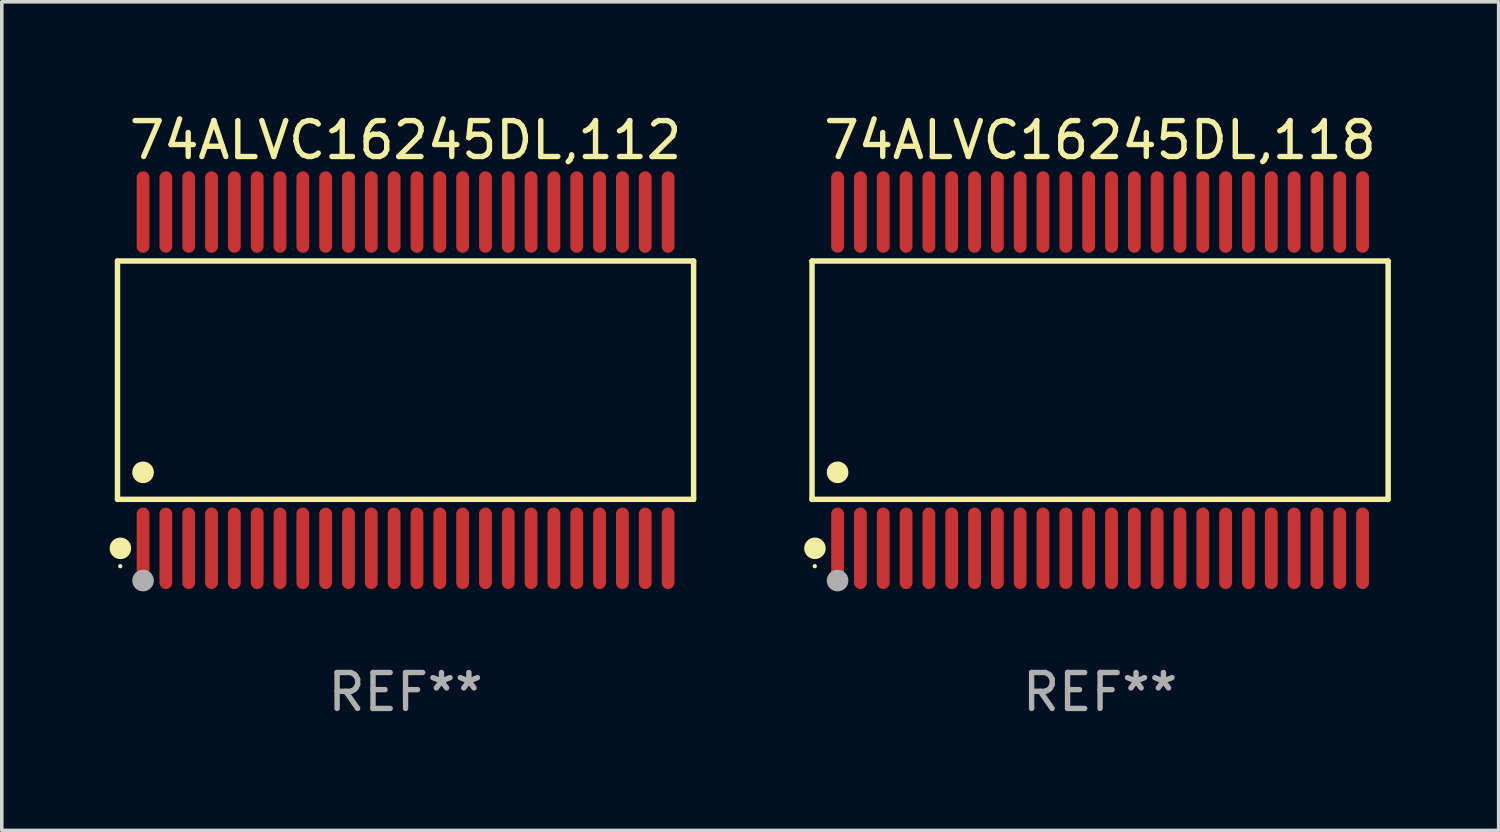
<source format=kicad_pcb>
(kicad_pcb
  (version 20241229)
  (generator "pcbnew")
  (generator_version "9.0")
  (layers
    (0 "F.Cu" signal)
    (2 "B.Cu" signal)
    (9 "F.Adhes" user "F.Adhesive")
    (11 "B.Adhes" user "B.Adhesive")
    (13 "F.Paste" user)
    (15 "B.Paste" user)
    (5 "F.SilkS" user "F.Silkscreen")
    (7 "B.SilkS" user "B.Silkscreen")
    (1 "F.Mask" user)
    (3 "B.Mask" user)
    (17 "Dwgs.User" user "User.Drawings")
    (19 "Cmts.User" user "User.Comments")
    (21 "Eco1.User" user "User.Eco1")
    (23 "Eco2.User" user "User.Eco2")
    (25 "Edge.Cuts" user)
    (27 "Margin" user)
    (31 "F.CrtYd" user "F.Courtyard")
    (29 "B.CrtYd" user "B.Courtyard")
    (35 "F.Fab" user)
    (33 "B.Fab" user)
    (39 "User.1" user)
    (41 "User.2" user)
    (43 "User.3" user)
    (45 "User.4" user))
  (footprint "74ALVC16245DL,118"
    (layer "F.Cu")
    (at 27.556 7.527)
    (property "Reference" "74ALVC16245DL,118" (at 0 -6.678 0) (layer "F.SilkS") (effects (font (size 1 1) (thickness 0.15))))
    (attr through_hole)
    (fp_line (start -8.014 -3.316) (end 8.014 -3.316) (stroke (width 0.152) (type solid)) (layer "F.SilkS"))
    (fp_line (start -8.014 3.316) (end -8.014 -3.316) (stroke (width 0.152) (type solid)) (layer "F.SilkS"))
    (fp_line (start 8.014 -3.316) (end 8.014 3.316) (stroke (width 0.152) (type solid)) (layer "F.SilkS"))
    (fp_line (start 8.014 3.316) (end -8.014 3.316) (stroke (width 0.152) (type solid)) (layer "F.SilkS"))
    (fp_circle (center -7.938 5.175) (end -7.908 5.175) (stroke (width 0.06) (type solid)) (fill no) (layer "F.SilkS"))
    (fp_circle (center -7.933 4.678) (end -7.783 4.678) (stroke (width 0.3) (type solid)) (fill no) (layer "F.SilkS"))
    (fp_circle (center -7.303 2.564) (end -7.152 2.564) (stroke (width 0.3) (type solid)) (fill no) (layer "F.SilkS"))
    (fp_circle (center -7.303 5.575) (end -7.152 5.575) (stroke (width 0.3) (type solid)) (fill no) (layer "F.Fab"))
    (fp_text user "REF**" (at 0 8.678 0) (layer "F.Fab") (effects (font (size 1 1) (thickness 0.15))))
    (pad "1" smd oval (at -7.303 4.678) (size 0.356 2.267) (layers "F.Cu" "F.Mask" "F.Paste"))
    (pad "2" smd oval (at -6.668 4.678) (size 0.356 2.267) (layers "F.Cu" "F.Mask" "F.Paste"))
    (pad "3" smd oval (at -6.033 4.678) (size 0.356 2.267) (layers "F.Cu" "F.Mask" "F.Paste"))
    (pad "4" smd oval (at -5.398 4.678) (size 0.356 2.267) (layers "F.Cu" "F.Mask" "F.Paste"))
    (pad "5" smd oval (at -4.763 4.678) (size 0.356 2.267) (layers "F.Cu" "F.Mask" "F.Paste"))
    (pad "6" smd oval (at -4.128 4.678) (size 0.356 2.267) (layers "F.Cu" "F.Mask" "F.Paste"))
    (pad "7" smd oval (at -3.493 4.678) (size 0.356 2.267) (layers "F.Cu" "F.Mask" "F.Paste"))
    (pad "8" smd oval (at -2.858 4.678) (size 0.356 2.267) (layers "F.Cu" "F.Mask" "F.Paste"))
    (pad "9" smd oval (at -2.223 4.678) (size 0.356 2.267) (layers "F.Cu" "F.Mask" "F.Paste"))
    (pad "10" smd oval (at -1.588 4.678) (size 0.356 2.267) (layers "F.Cu" "F.Mask" "F.Paste"))
    (pad "11" smd oval (at -0.953 4.678) (size 0.356 2.267) (layers "F.Cu" "F.Mask" "F.Paste"))
    (pad "12" smd oval (at -0.318 4.678) (size 0.356 2.267) (layers "F.Cu" "F.Mask" "F.Paste"))
    (pad "13" smd oval (at 0.318 4.678) (size 0.356 2.267) (layers "F.Cu" "F.Mask" "F.Paste"))
    (pad "14" smd oval (at 0.953 4.678) (size 0.356 2.267) (layers "F.Cu" "F.Mask" "F.Paste"))
    (pad "15" smd oval (at 1.588 4.678) (size 0.356 2.267) (layers "F.Cu" "F.Mask" "F.Paste"))
    (pad "16" smd oval (at 2.223 4.678) (size 0.356 2.267) (layers "F.Cu" "F.Mask" "F.Paste"))
    (pad "17" smd oval (at 2.858 4.678) (size 0.356 2.267) (layers "F.Cu" "F.Mask" "F.Paste"))
    (pad "18" smd oval (at 3.493 4.678) (size 0.356 2.267) (layers "F.Cu" "F.Mask" "F.Paste"))
    (pad "19" smd oval (at 4.128 4.678) (size 0.356 2.267) (layers "F.Cu" "F.Mask" "F.Paste"))
    (pad "20" smd oval (at 4.763 4.678) (size 0.356 2.267) (layers "F.Cu" "F.Mask" "F.Paste"))
    (pad "21" smd oval (at 5.398 4.678) (size 0.356 2.267) (layers "F.Cu" "F.Mask" "F.Paste"))
    (pad "22" smd oval (at 6.033 4.678) (size 0.356 2.267) (layers "F.Cu" "F.Mask" "F.Paste"))
    (pad "23" smd oval (at 6.668 4.678) (size 0.356 2.267) (layers "F.Cu" "F.Mask" "F.Paste"))
    (pad "24" smd oval (at 7.303 4.678) (size 0.356 2.267) (layers "F.Cu" "F.Mask" "F.Paste"))
    (pad "25" smd oval (at 7.303 -4.678) (size 0.356 2.267) (layers "F.Cu" "F.Mask" "F.Paste"))
    (pad "26" smd oval (at 6.668 -4.678) (size 0.356 2.267) (layers "F.Cu" "F.Mask" "F.Paste"))
    (pad "27" smd oval (at 6.033 -4.678) (size 0.356 2.267) (layers "F.Cu" "F.Mask" "F.Paste"))
    (pad "28" smd oval (at 5.398 -4.678) (size 0.356 2.267) (layers "F.Cu" "F.Mask" "F.Paste"))
    (pad "29" smd oval (at 4.763 -4.678) (size 0.356 2.267) (layers "F.Cu" "F.Mask" "F.Paste"))
    (pad "30" smd oval (at 4.128 -4.678) (size 0.356 2.267) (layers "F.Cu" "F.Mask" "F.Paste"))
    (pad "31" smd oval (at 3.493 -4.678) (size 0.356 2.267) (layers "F.Cu" "F.Mask" "F.Paste"))
    (pad "32" smd oval (at 2.858 -4.678) (size 0.356 2.267) (layers "F.Cu" "F.Mask" "F.Paste"))
    (pad "33" smd oval (at 2.223 -4.678) (size 0.356 2.267) (layers "F.Cu" "F.Mask" "F.Paste"))
    (pad "34" smd oval (at 1.588 -4.678) (size 0.356 2.267) (layers "F.Cu" "F.Mask" "F.Paste"))
    (pad "35" smd oval (at 0.953 -4.678) (size 0.356 2.267) (layers "F.Cu" "F.Mask" "F.Paste"))
    (pad "36" smd oval (at 0.318 -4.678) (size 0.356 2.267) (layers "F.Cu" "F.Mask" "F.Paste"))
    (pad "37" smd oval (at -0.318 -4.678) (size 0.356 2.267) (layers "F.Cu" "F.Mask" "F.Paste"))
    (pad "38" smd oval (at -0.953 -4.678) (size 0.356 2.267) (layers "F.Cu" "F.Mask" "F.Paste"))
    (pad "39" smd oval (at -1.588 -4.678) (size 0.356 2.267) (layers "F.Cu" "F.Mask" "F.Paste"))
    (pad "40" smd oval (at -2.223 -4.678) (size 0.356 2.267) (layers "F.Cu" "F.Mask" "F.Paste"))
    (pad "41" smd oval (at -2.858 -4.678) (size 0.356 2.267) (layers "F.Cu" "F.Mask" "F.Paste"))
    (pad "42" smd oval (at -3.493 -4.678) (size 0.356 2.267) (layers "F.Cu" "F.Mask" "F.Paste"))
    (pad "43" smd oval (at -4.128 -4.678) (size 0.356 2.267) (layers "F.Cu" "F.Mask" "F.Paste"))
    (pad "44" smd oval (at -4.763 -4.678) (size 0.356 2.267) (layers "F.Cu" "F.Mask" "F.Paste"))
    (pad "45" smd oval (at -5.398 -4.678) (size 0.356 2.267) (layers "F.Cu" "F.Mask" "F.Paste"))
    (pad "46" smd oval (at -6.033 -4.678) (size 0.356 2.267) (layers "F.Cu" "F.Mask" "F.Paste"))
    (pad "47" smd oval (at -6.668 -4.678) (size 0.356 2.267) (layers "F.Cu" "F.Mask" "F.Paste"))
    (pad "48" smd oval (at -7.303 -4.678) (size 0.356 2.267) (layers "F.Cu" "F.Mask" "F.Paste")))
  (footprint "74ALVC16245DL,112"
    (layer "F.Cu")
    (at 8.233 7.527)
    (property "Reference" "74ALVC16245DL,112" (at 0 -6.678 0) (layer "F.SilkS") (effects (font (size 1 1) (thickness 0.15))))
    (attr through_hole)
    (fp_line (start -8.014 -3.316) (end 8.014 -3.316) (stroke (width 0.152) (type solid)) (layer "F.SilkS"))
    (fp_line (start -8.014 3.316) (end -8.014 -3.316) (stroke (width 0.152) (type solid)) (layer "F.SilkS"))
    (fp_line (start 8.014 -3.316) (end 8.014 3.316) (stroke (width 0.152) (type solid)) (layer "F.SilkS"))
    (fp_line (start 8.014 3.316) (end -8.014 3.316) (stroke (width 0.152) (type solid)) (layer "F.SilkS"))
    (fp_circle (center -7.938 5.175) (end -7.908 5.175) (stroke (width 0.06) (type solid)) (fill no) (layer "F.SilkS"))
    (fp_circle (center -7.933 4.678) (end -7.783 4.678) (stroke (width 0.3) (type solid)) (fill no) (layer "F.SilkS"))
    (fp_circle (center -7.303 2.564) (end -7.152 2.564) (stroke (width 0.3) (type solid)) (fill no) (layer "F.SilkS"))
    (fp_circle (center -7.303 5.575) (end -7.152 5.575) (stroke (width 0.3) (type solid)) (fill no) (layer "F.Fab"))
    (fp_text user "REF**" (at 0 8.678 0) (layer "F.Fab") (effects (font (size 1 1) (thickness 0.15))))
    (pad "1" smd oval (at -7.303 4.678) (size 0.356 2.267) (layers "F.Cu" "F.Mask" "F.Paste"))
    (pad "2" smd oval (at -6.668 4.678) (size 0.356 2.267) (layers "F.Cu" "F.Mask" "F.Paste"))
    (pad "3" smd oval (at -6.033 4.678) (size 0.356 2.267) (layers "F.Cu" "F.Mask" "F.Paste"))
    (pad "4" smd oval (at -5.398 4.678) (size 0.356 2.267) (layers "F.Cu" "F.Mask" "F.Paste"))
    (pad "5" smd oval (at -4.763 4.678) (size 0.356 2.267) (layers "F.Cu" "F.Mask" "F.Paste"))
    (pad "6" smd oval (at -4.128 4.678) (size 0.356 2.267) (layers "F.Cu" "F.Mask" "F.Paste"))
    (pad "7" smd oval (at -3.493 4.678) (size 0.356 2.267) (layers "F.Cu" "F.Mask" "F.Paste"))
    (pad "8" smd oval (at -2.858 4.678) (size 0.356 2.267) (layers "F.Cu" "F.Mask" "F.Paste"))
    (pad "9" smd oval (at -2.223 4.678) (size 0.356 2.267) (layers "F.Cu" "F.Mask" "F.Paste"))
    (pad "10" smd oval (at -1.588 4.678) (size 0.356 2.267) (layers "F.Cu" "F.Mask" "F.Paste"))
    (pad "11" smd oval (at -0.953 4.678) (size 0.356 2.267) (layers "F.Cu" "F.Mask" "F.Paste"))
    (pad "12" smd oval (at -0.318 4.678) (size 0.356 2.267) (layers "F.Cu" "F.Mask" "F.Paste"))
    (pad "13" smd oval (at 0.318 4.678) (size 0.356 2.267) (layers "F.Cu" "F.Mask" "F.Paste"))
    (pad "14" smd oval (at 0.953 4.678) (size 0.356 2.267) (layers "F.Cu" "F.Mask" "F.Paste"))
    (pad "15" smd oval (at 1.588 4.678) (size 0.356 2.267) (layers "F.Cu" "F.Mask" "F.Paste"))
    (pad "16" smd oval (at 2.223 4.678) (size 0.356 2.267) (layers "F.Cu" "F.Mask" "F.Paste"))
    (pad "17" smd oval (at 2.858 4.678) (size 0.356 2.267) (layers "F.Cu" "F.Mask" "F.Paste"))
    (pad "18" smd oval (at 3.493 4.678) (size 0.356 2.267) (layers "F.Cu" "F.Mask" "F.Paste"))
    (pad "19" smd oval (at 4.128 4.678) (size 0.356 2.267) (layers "F.Cu" "F.Mask" "F.Paste"))
    (pad "20" smd oval (at 4.763 4.678) (size 0.356 2.267) (layers "F.Cu" "F.Mask" "F.Paste"))
    (pad "21" smd oval (at 5.398 4.678) (size 0.356 2.267) (layers "F.Cu" "F.Mask" "F.Paste"))
    (pad "22" smd oval (at 6.033 4.678) (size 0.356 2.267) (layers "F.Cu" "F.Mask" "F.Paste"))
    (pad "23" smd oval (at 6.668 4.678) (size 0.356 2.267) (layers "F.Cu" "F.Mask" "F.Paste"))
    (pad "24" smd oval (at 7.303 4.678) (size 0.356 2.267) (layers "F.Cu" "F.Mask" "F.Paste"))
    (pad "25" smd oval (at 7.303 -4.678) (size 0.356 2.267) (layers "F.Cu" "F.Mask" "F.Paste"))
    (pad "26" smd oval (at 6.668 -4.678) (size 0.356 2.267) (layers "F.Cu" "F.Mask" "F.Paste"))
    (pad "27" smd oval (at 6.033 -4.678) (size 0.356 2.267) (layers "F.Cu" "F.Mask" "F.Paste"))
    (pad "28" smd oval (at 5.398 -4.678) (size 0.356 2.267) (layers "F.Cu" "F.Mask" "F.Paste"))
    (pad "29" smd oval (at 4.763 -4.678) (size 0.356 2.267) (layers "F.Cu" "F.Mask" "F.Paste"))
    (pad "30" smd oval (at 4.128 -4.678) (size 0.356 2.267) (layers "F.Cu" "F.Mask" "F.Paste"))
    (pad "31" smd oval (at 3.493 -4.678) (size 0.356 2.267) (layers "F.Cu" "F.Mask" "F.Paste"))
    (pad "32" smd oval (at 2.858 -4.678) (size 0.356 2.267) (layers "F.Cu" "F.Mask" "F.Paste"))
    (pad "33" smd oval (at 2.223 -4.678) (size 0.356 2.267) (layers "F.Cu" "F.Mask" "F.Paste"))
    (pad "34" smd oval (at 1.588 -4.678) (size 0.356 2.267) (layers "F.Cu" "F.Mask" "F.Paste"))
    (pad "35" smd oval (at 0.953 -4.678) (size 0.356 2.267) (layers "F.Cu" "F.Mask" "F.Paste"))
    (pad "36" smd oval (at 0.318 -4.678) (size 0.356 2.267) (layers "F.Cu" "F.Mask" "F.Paste"))
    (pad "37" smd oval (at -0.318 -4.678) (size 0.356 2.267) (layers "F.Cu" "F.Mask" "F.Paste"))
    (pad "38" smd oval (at -0.953 -4.678) (size 0.356 2.267) (layers "F.Cu" "F.Mask" "F.Paste"))
    (pad "39" smd oval (at -1.588 -4.678) (size 0.356 2.267) (layers "F.Cu" "F.Mask" "F.Paste"))
    (pad "40" smd oval (at -2.223 -4.678) (size 0.356 2.267) (layers "F.Cu" "F.Mask" "F.Paste"))
    (pad "41" smd oval (at -2.858 -4.678) (size 0.356 2.267) (layers "F.Cu" "F.Mask" "F.Paste"))
    (pad "42" smd oval (at -3.493 -4.678) (size 0.356 2.267) (layers "F.Cu" "F.Mask" "F.Paste"))
    (pad "43" smd oval (at -4.128 -4.678) (size 0.356 2.267) (layers "F.Cu" "F.Mask" "F.Paste"))
    (pad "44" smd oval (at -4.763 -4.678) (size 0.356 2.267) (layers "F.Cu" "F.Mask" "F.Paste"))
    (pad "45" smd oval (at -5.398 -4.678) (size 0.356 2.267) (layers "F.Cu" "F.Mask" "F.Paste"))
    (pad "46" smd oval (at -6.033 -4.678) (size 0.356 2.267) (layers "F.Cu" "F.Mask" "F.Paste"))
    (pad "47" smd oval (at -6.668 -4.678) (size 0.356 2.267) (layers "F.Cu" "F.Mask" "F.Paste"))
    (pad "48" smd oval (at -7.303 -4.678) (size 0.356 2.267) (layers "F.Cu" "F.Mask" "F.Paste")))
  (gr_rect
    (start -3 -3)
    (end 38.645 20.053)
    (stroke (width 0.1) (type default))
    (fill no)
    (layer "Edge.Cuts")))
</source>
